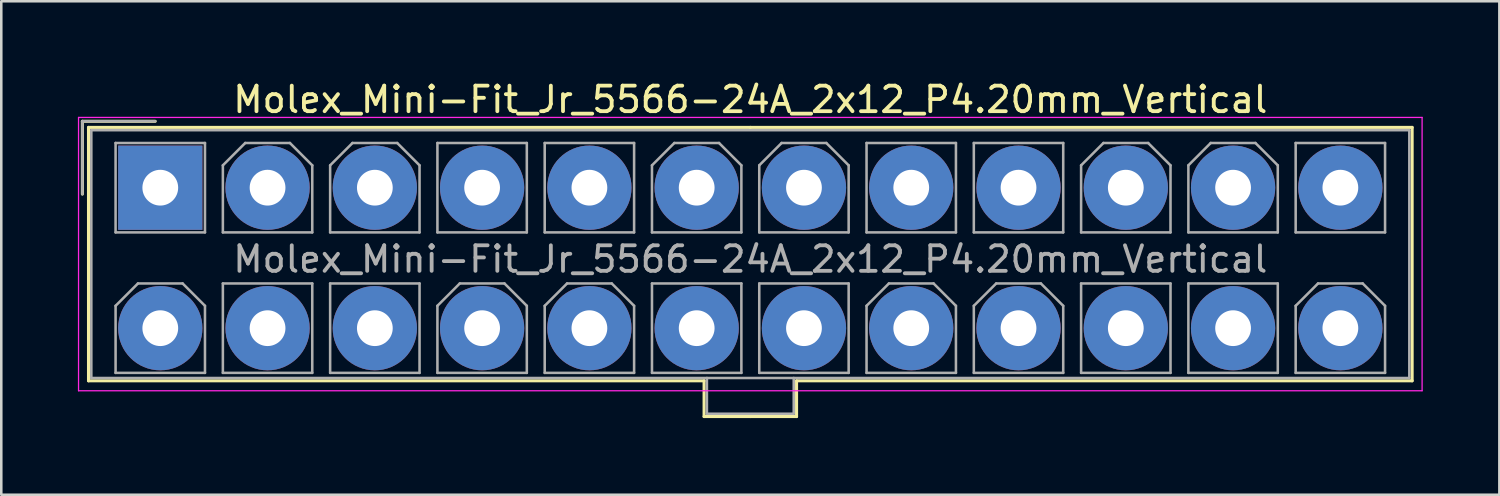
<source format=kicad_pcb>
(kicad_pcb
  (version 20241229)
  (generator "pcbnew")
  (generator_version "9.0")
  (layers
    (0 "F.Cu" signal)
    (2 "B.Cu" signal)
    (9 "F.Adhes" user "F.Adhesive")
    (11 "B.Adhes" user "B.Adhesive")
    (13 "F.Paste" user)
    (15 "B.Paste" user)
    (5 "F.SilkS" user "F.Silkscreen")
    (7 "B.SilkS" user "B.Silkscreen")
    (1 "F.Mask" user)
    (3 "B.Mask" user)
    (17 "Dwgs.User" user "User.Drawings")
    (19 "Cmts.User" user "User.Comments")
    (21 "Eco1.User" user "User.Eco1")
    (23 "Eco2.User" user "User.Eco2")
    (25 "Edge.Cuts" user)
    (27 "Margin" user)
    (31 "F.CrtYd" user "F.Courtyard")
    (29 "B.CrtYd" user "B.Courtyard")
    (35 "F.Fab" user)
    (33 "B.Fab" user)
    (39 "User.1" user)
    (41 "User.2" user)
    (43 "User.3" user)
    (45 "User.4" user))
  (footprint "Molex_Mini-Fit_Jr_5566-24A_2x12_P4.20mm_Vertical"
    (layer "F.Cu")
    (at 3.225 4.298)
    (property "Reference" "Molex_Mini-Fit_Jr_5566-24A_2x12_P4.20mm_Vertical" (at 23.1 -3.45 0) (layer "F.SilkS") (effects (font (size 1 1) (thickness 0.15))))
    (attr through_hole)
    (fp_line (start -3.05 -2.6) (end -3.05 0.25) (stroke (width 0.12) (type solid)) (layer "F.SilkS"))
    (fp_line (start -2.81 -2.36) (end -2.81 7.56) (stroke (width 0.12) (type solid)) (layer "F.SilkS"))
    (fp_line (start -2.81 7.56) (end 21.29 7.56) (stroke (width 0.12) (type solid)) (layer "F.SilkS"))
    (fp_line (start -0.2 -2.6) (end -3.05 -2.6) (stroke (width 0.12) (type solid)) (layer "F.SilkS"))
    (fp_line (start 21.29 7.56) (end 21.29 8.96) (stroke (width 0.12) (type solid)) (layer "F.SilkS"))
    (fp_line (start 21.29 8.96) (end 23.1 8.96) (stroke (width 0.12) (type solid)) (layer "F.SilkS"))
    (fp_line (start 23.1 -2.36) (end -2.81 -2.36) (stroke (width 0.12) (type solid)) (layer "F.SilkS"))
    (fp_line (start 23.1 -2.36) (end 49.01 -2.36) (stroke (width 0.12) (type solid)) (layer "F.SilkS"))
    (fp_line (start 24.91 7.56) (end 24.91 8.96) (stroke (width 0.12) (type solid)) (layer "F.SilkS"))
    (fp_line (start 24.91 8.96) (end 23.1 8.96) (stroke (width 0.12) (type solid)) (layer "F.SilkS"))
    (fp_line (start 49.01 -2.36) (end 49.01 7.56) (stroke (width 0.12) (type solid)) (layer "F.SilkS"))
    (fp_line (start 49.01 7.56) (end 24.91 7.56) (stroke (width 0.12) (type solid)) (layer "F.SilkS"))
    (fp_line (start -3.2 -2.75) (end -3.2 7.95) (stroke (width 0.05) (type solid)) (layer "F.CrtYd"))
    (fp_line (start -3.2 7.95) (end 49.4 7.95) (stroke (width 0.05) (type solid)) (layer "F.CrtYd"))
    (fp_line (start 49.4 -2.75) (end -3.2 -2.75) (stroke (width 0.05) (type solid)) (layer "F.CrtYd"))
    (fp_line (start 49.4 7.95) (end 49.4 -2.75) (stroke (width 0.05) (type solid)) (layer "F.CrtYd"))
    (fp_line (start -3.05 -2.6) (end -3.05 0.25) (stroke (width 0.1) (type solid)) (layer "F.Fab"))
    (fp_line (start -2.7 -2.25) (end -2.7 7.45) (stroke (width 0.1) (type solid)) (layer "F.Fab"))
    (fp_line (start -2.7 7.45) (end 48.9 7.45) (stroke (width 0.1) (type solid)) (layer "F.Fab"))
    (fp_line (start -1.75 -1.75) (end -1.75 1.75) (stroke (width 0.1) (type solid)) (layer "F.Fab"))
    (fp_line (start -1.75 1.75) (end 1.75 1.75) (stroke (width 0.1) (type solid)) (layer "F.Fab"))
    (fp_line (start -1.75 4.625) (end -0.875 3.75) (stroke (width 0.1) (type solid)) (layer "F.Fab"))
    (fp_line (start -1.75 7.25) (end -1.75 4.625) (stroke (width 0.1) (type solid)) (layer "F.Fab"))
    (fp_line (start -0.875 3.75) (end 0.875 3.75) (stroke (width 0.1) (type solid)) (layer "F.Fab"))
    (fp_line (start -0.2 -2.6) (end -3.05 -2.6) (stroke (width 0.1) (type solid)) (layer "F.Fab"))
    (fp_line (start 0.875 3.75) (end 1.75 4.625) (stroke (width 0.1) (type solid)) (layer "F.Fab"))
    (fp_line (start 1.75 -1.75) (end -1.75 -1.75) (stroke (width 0.1) (type solid)) (layer "F.Fab"))
    (fp_line (start 1.75 1.75) (end 1.75 -1.75) (stroke (width 0.1) (type solid)) (layer "F.Fab"))
    (fp_line (start 1.75 4.625) (end 1.75 7.25) (stroke (width 0.1) (type solid)) (layer "F.Fab"))
    (fp_line (start 1.75 7.25) (end -1.75 7.25) (stroke (width 0.1) (type solid)) (layer "F.Fab"))
    (fp_line (start 2.45 -0.875) (end 3.325 -1.75) (stroke (width 0.1) (type solid)) (layer "F.Fab"))
    (fp_line (start 2.45 1.75) (end 2.45 -0.875) (stroke (width 0.1) (type solid)) (layer "F.Fab"))
    (fp_line (start 2.45 3.75) (end 2.45 7.25) (stroke (width 0.1) (type solid)) (layer "F.Fab"))
    (fp_line (start 2.45 7.25) (end 5.95 7.25) (stroke (width 0.1) (type solid)) (layer "F.Fab"))
    (fp_line (start 3.325 -1.75) (end 5.075 -1.75) (stroke (width 0.1) (type solid)) (layer "F.Fab"))
    (fp_line (start 5.075 -1.75) (end 5.95 -0.875) (stroke (width 0.1) (type solid)) (layer "F.Fab"))
    (fp_line (start 5.95 -0.875) (end 5.95 1.75) (stroke (width 0.1) (type solid)) (layer "F.Fab"))
    (fp_line (start 5.95 1.75) (end 2.45 1.75) (stroke (width 0.1) (type solid)) (layer "F.Fab"))
    (fp_line (start 5.95 3.75) (end 2.45 3.75) (stroke (width 0.1) (type solid)) (layer "F.Fab"))
    (fp_line (start 5.95 7.25) (end 5.95 3.75) (stroke (width 0.1) (type solid)) (layer "F.Fab"))
    (fp_line (start 6.65 -0.875) (end 7.525 -1.75) (stroke (width 0.1) (type solid)) (layer "F.Fab"))
    (fp_line (start 6.65 1.75) (end 6.65 -0.875) (stroke (width 0.1) (type solid)) (layer "F.Fab"))
    (fp_line (start 6.65 3.75) (end 6.65 7.25) (stroke (width 0.1) (type solid)) (layer "F.Fab"))
    (fp_line (start 6.65 7.25) (end 10.15 7.25) (stroke (width 0.1) (type solid)) (layer "F.Fab"))
    (fp_line (start 7.525 -1.75) (end 9.275 -1.75) (stroke (width 0.1) (type solid)) (layer "F.Fab"))
    (fp_line (start 9.275 -1.75) (end 10.15 -0.875) (stroke (width 0.1) (type solid)) (layer "F.Fab"))
    (fp_line (start 10.15 -0.875) (end 10.15 1.75) (stroke (width 0.1) (type solid)) (layer "F.Fab"))
    (fp_line (start 10.15 1.75) (end 6.65 1.75) (stroke (width 0.1) (type solid)) (layer "F.Fab"))
    (fp_line (start 10.15 3.75) (end 6.65 3.75) (stroke (width 0.1) (type solid)) (layer "F.Fab"))
    (fp_line (start 10.15 7.25) (end 10.15 3.75) (stroke (width 0.1) (type solid)) (layer "F.Fab"))
    (fp_line (start 10.85 -1.75) (end 10.85 1.75) (stroke (width 0.1) (type solid)) (layer "F.Fab"))
    (fp_line (start 10.85 1.75) (end 14.35 1.75) (stroke (width 0.1) (type solid)) (layer "F.Fab"))
    (fp_line (start 10.85 4.625) (end 11.725 3.75) (stroke (width 0.1) (type solid)) (layer "F.Fab"))
    (fp_line (start 10.85 7.25) (end 10.85 4.625) (stroke (width 0.1) (type solid)) (layer "F.Fab"))
    (fp_line (start 11.725 3.75) (end 13.475 3.75) (stroke (width 0.1) (type solid)) (layer "F.Fab"))
    (fp_line (start 13.475 3.75) (end 14.35 4.625) (stroke (width 0.1) (type solid)) (layer "F.Fab"))
    (fp_line (start 14.35 -1.75) (end 10.85 -1.75) (stroke (width 0.1) (type solid)) (layer "F.Fab"))
    (fp_line (start 14.35 1.75) (end 14.35 -1.75) (stroke (width 0.1) (type solid)) (layer "F.Fab"))
    (fp_line (start 14.35 4.625) (end 14.35 7.25) (stroke (width 0.1) (type solid)) (layer "F.Fab"))
    (fp_line (start 14.35 7.25) (end 10.85 7.25) (stroke (width 0.1) (type solid)) (layer "F.Fab"))
    (fp_line (start 15.05 -1.75) (end 15.05 1.75) (stroke (width 0.1) (type solid)) (layer "F.Fab"))
    (fp_line (start 15.05 1.75) (end 18.55 1.75) (stroke (width 0.1) (type solid)) (layer "F.Fab"))
    (fp_line (start 15.05 4.625) (end 15.925 3.75) (stroke (width 0.1) (type solid)) (layer "F.Fab"))
    (fp_line (start 15.05 7.25) (end 15.05 4.625) (stroke (width 0.1) (type solid)) (layer "F.Fab"))
    (fp_line (start 15.925 3.75) (end 17.675 3.75) (stroke (width 0.1) (type solid)) (layer "F.Fab"))
    (fp_line (start 17.675 3.75) (end 18.55 4.625) (stroke (width 0.1) (type solid)) (layer "F.Fab"))
    (fp_line (start 18.55 -1.75) (end 15.05 -1.75) (stroke (width 0.1) (type solid)) (layer "F.Fab"))
    (fp_line (start 18.55 1.75) (end 18.55 -1.75) (stroke (width 0.1) (type solid)) (layer "F.Fab"))
    (fp_line (start 18.55 4.625) (end 18.55 7.25) (stroke (width 0.1) (type solid)) (layer "F.Fab"))
    (fp_line (start 18.55 7.25) (end 15.05 7.25) (stroke (width 0.1) (type solid)) (layer "F.Fab"))
    (fp_line (start 19.25 -0.875) (end 20.125 -1.75) (stroke (width 0.1) (type solid)) (layer "F.Fab"))
    (fp_line (start 19.25 1.75) (end 19.25 -0.875) (stroke (width 0.1) (type solid)) (layer "F.Fab"))
    (fp_line (start 19.25 3.75) (end 19.25 7.25) (stroke (width 0.1) (type solid)) (layer "F.Fab"))
    (fp_line (start 19.25 7.25) (end 22.75 7.25) (stroke (width 0.1) (type solid)) (layer "F.Fab"))
    (fp_line (start 20.125 -1.75) (end 21.875 -1.75) (stroke (width 0.1) (type solid)) (layer "F.Fab"))
    (fp_line (start 21.4 7.45) (end 21.4 8.85) (stroke (width 0.1) (type solid)) (layer "F.Fab"))
    (fp_line (start 21.4 8.85) (end 24.8 8.85) (stroke (width 0.1) (type solid)) (layer "F.Fab"))
    (fp_line (start 21.875 -1.75) (end 22.75 -0.875) (stroke (width 0.1) (type solid)) (layer "F.Fab"))
    (fp_line (start 22.75 -0.875) (end 22.75 1.75) (stroke (width 0.1) (type solid)) (layer "F.Fab"))
    (fp_line (start 22.75 1.75) (end 19.25 1.75) (stroke (width 0.1) (type solid)) (layer "F.Fab"))
    (fp_line (start 22.75 3.75) (end 19.25 3.75) (stroke (width 0.1) (type solid)) (layer "F.Fab"))
    (fp_line (start 22.75 7.25) (end 22.75 3.75) (stroke (width 0.1) (type solid)) (layer "F.Fab"))
    (fp_line (start 23.45 -0.875) (end 24.325 -1.75) (stroke (width 0.1) (type solid)) (layer "F.Fab"))
    (fp_line (start 23.45 1.75) (end 23.45 -0.875) (stroke (width 0.1) (type solid)) (layer "F.Fab"))
    (fp_line (start 23.45 3.75) (end 23.45 7.25) (stroke (width 0.1) (type solid)) (layer "F.Fab"))
    (fp_line (start 23.45 7.25) (end 26.95 7.25) (stroke (width 0.1) (type solid)) (layer "F.Fab"))
    (fp_line (start 24.325 -1.75) (end 26.075 -1.75) (stroke (width 0.1) (type solid)) (layer "F.Fab"))
    (fp_line (start 24.8 8.85) (end 24.8 7.45) (stroke (width 0.1) (type solid)) (layer "F.Fab"))
    (fp_line (start 26.075 -1.75) (end 26.95 -0.875) (stroke (width 0.1) (type solid)) (layer "F.Fab"))
    (fp_line (start 26.95 -0.875) (end 26.95 1.75) (stroke (width 0.1) (type solid)) (layer "F.Fab"))
    (fp_line (start 26.95 1.75) (end 23.45 1.75) (stroke (width 0.1) (type solid)) (layer "F.Fab"))
    (fp_line (start 26.95 3.75) (end 23.45 3.75) (stroke (width 0.1) (type solid)) (layer "F.Fab"))
    (fp_line (start 26.95 7.25) (end 26.95 3.75) (stroke (width 0.1) (type solid)) (layer "F.Fab"))
    (fp_line (start 27.65 -1.75) (end 27.65 1.75) (stroke (width 0.1) (type solid)) (layer "F.Fab"))
    (fp_line (start 27.65 1.75) (end 31.15 1.75) (stroke (width 0.1) (type solid)) (layer "F.Fab"))
    (fp_line (start 27.65 4.625) (end 28.525 3.75) (stroke (width 0.1) (type solid)) (layer "F.Fab"))
    (fp_line (start 27.65 7.25) (end 27.65 4.625) (stroke (width 0.1) (type solid)) (layer "F.Fab"))
    (fp_line (start 28.525 3.75) (end 30.275 3.75) (stroke (width 0.1) (type solid)) (layer "F.Fab"))
    (fp_line (start 30.275 3.75) (end 31.15 4.625) (stroke (width 0.1) (type solid)) (layer "F.Fab"))
    (fp_line (start 31.15 -1.75) (end 27.65 -1.75) (stroke (width 0.1) (type solid)) (layer "F.Fab"))
    (fp_line (start 31.15 1.75) (end 31.15 -1.75) (stroke (width 0.1) (type solid)) (layer "F.Fab"))
    (fp_line (start 31.15 4.625) (end 31.15 7.25) (stroke (width 0.1) (type solid)) (layer "F.Fab"))
    (fp_line (start 31.15 7.25) (end 27.65 7.25) (stroke (width 0.1) (type solid)) (layer "F.Fab"))
    (fp_line (start 31.85 -1.75) (end 31.85 1.75) (stroke (width 0.1) (type solid)) (layer "F.Fab"))
    (fp_line (start 31.85 1.75) (end 35.35 1.75) (stroke (width 0.1) (type solid)) (layer "F.Fab"))
    (fp_line (start 31.85 4.625) (end 32.725 3.75) (stroke (width 0.1) (type solid)) (layer "F.Fab"))
    (fp_line (start 31.85 7.25) (end 31.85 4.625) (stroke (width 0.1) (type solid)) (layer "F.Fab"))
    (fp_line (start 32.725 3.75) (end 34.475 3.75) (stroke (width 0.1) (type solid)) (layer "F.Fab"))
    (fp_line (start 34.475 3.75) (end 35.35 4.625) (stroke (width 0.1) (type solid)) (layer "F.Fab"))
    (fp_line (start 35.35 -1.75) (end 31.85 -1.75) (stroke (width 0.1) (type solid)) (layer "F.Fab"))
    (fp_line (start 35.35 1.75) (end 35.35 -1.75) (stroke (width 0.1) (type solid)) (layer "F.Fab"))
    (fp_line (start 35.35 4.625) (end 35.35 7.25) (stroke (width 0.1) (type solid)) (layer "F.Fab"))
    (fp_line (start 35.35 7.25) (end 31.85 7.25) (stroke (width 0.1) (type solid)) (layer "F.Fab"))
    (fp_line (start 36.05 -0.875) (end 36.925 -1.75) (stroke (width 0.1) (type solid)) (layer "F.Fab"))
    (fp_line (start 36.05 1.75) (end 36.05 -0.875) (stroke (width 0.1) (type solid)) (layer "F.Fab"))
    (fp_line (start 36.05 3.75) (end 36.05 7.25) (stroke (width 0.1) (type solid)) (layer "F.Fab"))
    (fp_line (start 36.05 7.25) (end 39.55 7.25) (stroke (width 0.1) (type solid)) (layer "F.Fab"))
    (fp_line (start 36.925 -1.75) (end 38.675 -1.75) (stroke (width 0.1) (type solid)) (layer "F.Fab"))
    (fp_line (start 38.675 -1.75) (end 39.55 -0.875) (stroke (width 0.1) (type solid)) (layer "F.Fab"))
    (fp_line (start 39.55 -0.875) (end 39.55 1.75) (stroke (width 0.1) (type solid)) (layer "F.Fab"))
    (fp_line (start 39.55 1.75) (end 36.05 1.75) (stroke (width 0.1) (type solid)) (layer "F.Fab"))
    (fp_line (start 39.55 3.75) (end 36.05 3.75) (stroke (width 0.1) (type solid)) (layer "F.Fab"))
    (fp_line (start 39.55 7.25) (end 39.55 3.75) (stroke (width 0.1) (type solid)) (layer "F.Fab"))
    (fp_line (start 40.25 -0.875) (end 41.125 -1.75) (stroke (width 0.1) (type solid)) (layer "F.Fab"))
    (fp_line (start 40.25 1.75) (end 40.25 -0.875) (stroke (width 0.1) (type solid)) (layer "F.Fab"))
    (fp_line (start 40.25 3.75) (end 40.25 7.25) (stroke (width 0.1) (type solid)) (layer "F.Fab"))
    (fp_line (start 40.25 7.25) (end 43.75 7.25) (stroke (width 0.1) (type solid)) (layer "F.Fab"))
    (fp_line (start 41.125 -1.75) (end 42.875 -1.75) (stroke (width 0.1) (type solid)) (layer "F.Fab"))
    (fp_line (start 42.875 -1.75) (end 43.75 -0.875) (stroke (width 0.1) (type solid)) (layer "F.Fab"))
    (fp_line (start 43.75 -0.875) (end 43.75 1.75) (stroke (width 0.1) (type solid)) (layer "F.Fab"))
    (fp_line (start 43.75 1.75) (end 40.25 1.75) (stroke (width 0.1) (type solid)) (layer "F.Fab"))
    (fp_line (start 43.75 3.75) (end 40.25 3.75) (stroke (width 0.1) (type solid)) (layer "F.Fab"))
    (fp_line (start 43.75 7.25) (end 43.75 3.75) (stroke (width 0.1) (type solid)) (layer "F.Fab"))
    (fp_line (start 44.45 -1.75) (end 44.45 1.75) (stroke (width 0.1) (type solid)) (layer "F.Fab"))
    (fp_line (start 44.45 1.75) (end 47.95 1.75) (stroke (width 0.1) (type solid)) (layer "F.Fab"))
    (fp_line (start 44.45 4.625) (end 45.325 3.75) (stroke (width 0.1) (type solid)) (layer "F.Fab"))
    (fp_line (start 44.45 7.25) (end 44.45 4.625) (stroke (width 0.1) (type solid)) (layer "F.Fab"))
    (fp_line (start 45.325 3.75) (end 47.075 3.75) (stroke (width 0.1) (type solid)) (layer "F.Fab"))
    (fp_line (start 47.075 3.75) (end 47.95 4.625) (stroke (width 0.1) (type solid)) (layer "F.Fab"))
    (fp_line (start 47.95 -1.75) (end 44.45 -1.75) (stroke (width 0.1) (type solid)) (layer "F.Fab"))
    (fp_line (start 47.95 1.75) (end 47.95 -1.75) (stroke (width 0.1) (type solid)) (layer "F.Fab"))
    (fp_line (start 47.95 4.625) (end 47.95 7.25) (stroke (width 0.1) (type solid)) (layer "F.Fab"))
    (fp_line (start 47.95 7.25) (end 44.45 7.25) (stroke (width 0.1) (type solid)) (layer "F.Fab"))
    (fp_line (start 48.9 -2.25) (end -2.7 -2.25) (stroke (width 0.1) (type solid)) (layer "F.Fab"))
    (fp_line (start 48.9 7.45) (end 48.9 -2.25) (stroke (width 0.1) (type solid)) (layer "F.Fab"))
    (fp_text user "${REFERENCE}" (at 23.1 2.8 0) (layer "F.Fab") (effects (font (size 1 1) (thickness 0.15))))
    (pad "1" thru_hole rect (at 0 0) (size 3.3 3.3) (drill 1.4) (layers "*.Cu" "*.Mask"))
    (pad "2" thru_hole circle (at 4.2 0) (size 3.3 3.3) (drill 1.4) (layers "*.Cu" "*.Mask"))
    (pad "3" thru_hole circle (at 8.4 0) (size 3.3 3.3) (drill 1.4) (layers "*.Cu" "*.Mask"))
    (pad "4" thru_hole circle (at 12.6 0) (size 3.3 3.3) (drill 1.4) (layers "*.Cu" "*.Mask"))
    (pad "5" thru_hole circle (at 16.8 0) (size 3.3 3.3) (drill 1.4) (layers "*.Cu" "*.Mask"))
    (pad "6" thru_hole circle (at 21 0) (size 3.3 3.3) (drill 1.4) (layers "*.Cu" "*.Mask"))
    (pad "7" thru_hole circle (at 25.2 0) (size 3.3 3.3) (drill 1.4) (layers "*.Cu" "*.Mask"))
    (pad "8" thru_hole circle (at 29.4 0) (size 3.3 3.3) (drill 1.4) (layers "*.Cu" "*.Mask"))
    (pad "9" thru_hole circle (at 33.6 0) (size 3.3 3.3) (drill 1.4) (layers "*.Cu" "*.Mask"))
    (pad "10" thru_hole circle (at 37.8 0) (size 3.3 3.3) (drill 1.4) (layers "*.Cu" "*.Mask"))
    (pad "11" thru_hole circle (at 42 0) (size 3.3 3.3) (drill 1.4) (layers "*.Cu" "*.Mask"))
    (pad "12" thru_hole circle (at 46.2 0) (size 3.3 3.3) (drill 1.4) (layers "*.Cu" "*.Mask"))
    (pad "13" thru_hole circle (at 0 5.5) (size 3.3 3.3) (drill 1.4) (layers "*.Cu" "*.Mask"))
    (pad "14" thru_hole circle (at 4.2 5.5) (size 3.3 3.3) (drill 1.4) (layers "*.Cu" "*.Mask"))
    (pad "15" thru_hole circle (at 8.4 5.5) (size 3.3 3.3) (drill 1.4) (layers "*.Cu" "*.Mask"))
    (pad "16" thru_hole circle (at 12.6 5.5) (size 3.3 3.3) (drill 1.4) (layers "*.Cu" "*.Mask"))
    (pad "17" thru_hole circle (at 16.8 5.5) (size 3.3 3.3) (drill 1.4) (layers "*.Cu" "*.Mask"))
    (pad "18" thru_hole circle (at 21 5.5) (size 3.3 3.3) (drill 1.4) (layers "*.Cu" "*.Mask"))
    (pad "19" thru_hole circle (at 25.2 5.5) (size 3.3 3.3) (drill 1.4) (layers "*.Cu" "*.Mask"))
    (pad "20" thru_hole circle (at 29.4 5.5) (size 3.3 3.3) (drill 1.4) (layers "*.Cu" "*.Mask"))
    (pad "21" thru_hole circle (at 33.6 5.5) (size 3.3 3.3) (drill 1.4) (layers "*.Cu" "*.Mask"))
    (pad "22" thru_hole circle (at 37.8 5.5) (size 3.3 3.3) (drill 1.4) (layers "*.Cu" "*.Mask"))
    (pad "23" thru_hole circle (at 42 5.5) (size 3.3 3.3) (drill 1.4) (layers "*.Cu" "*.Mask"))
    (pad "24" thru_hole circle (at 46.2 5.5) (size 3.3 3.3) (drill 1.4) (layers "*.Cu" "*.Mask")))
  (gr_rect
    (start -3 -3)
    (end 55.65 16.318)
    (stroke (width 0.1) (type default))
    (fill no)
    (layer "Edge.Cuts")))
</source>
